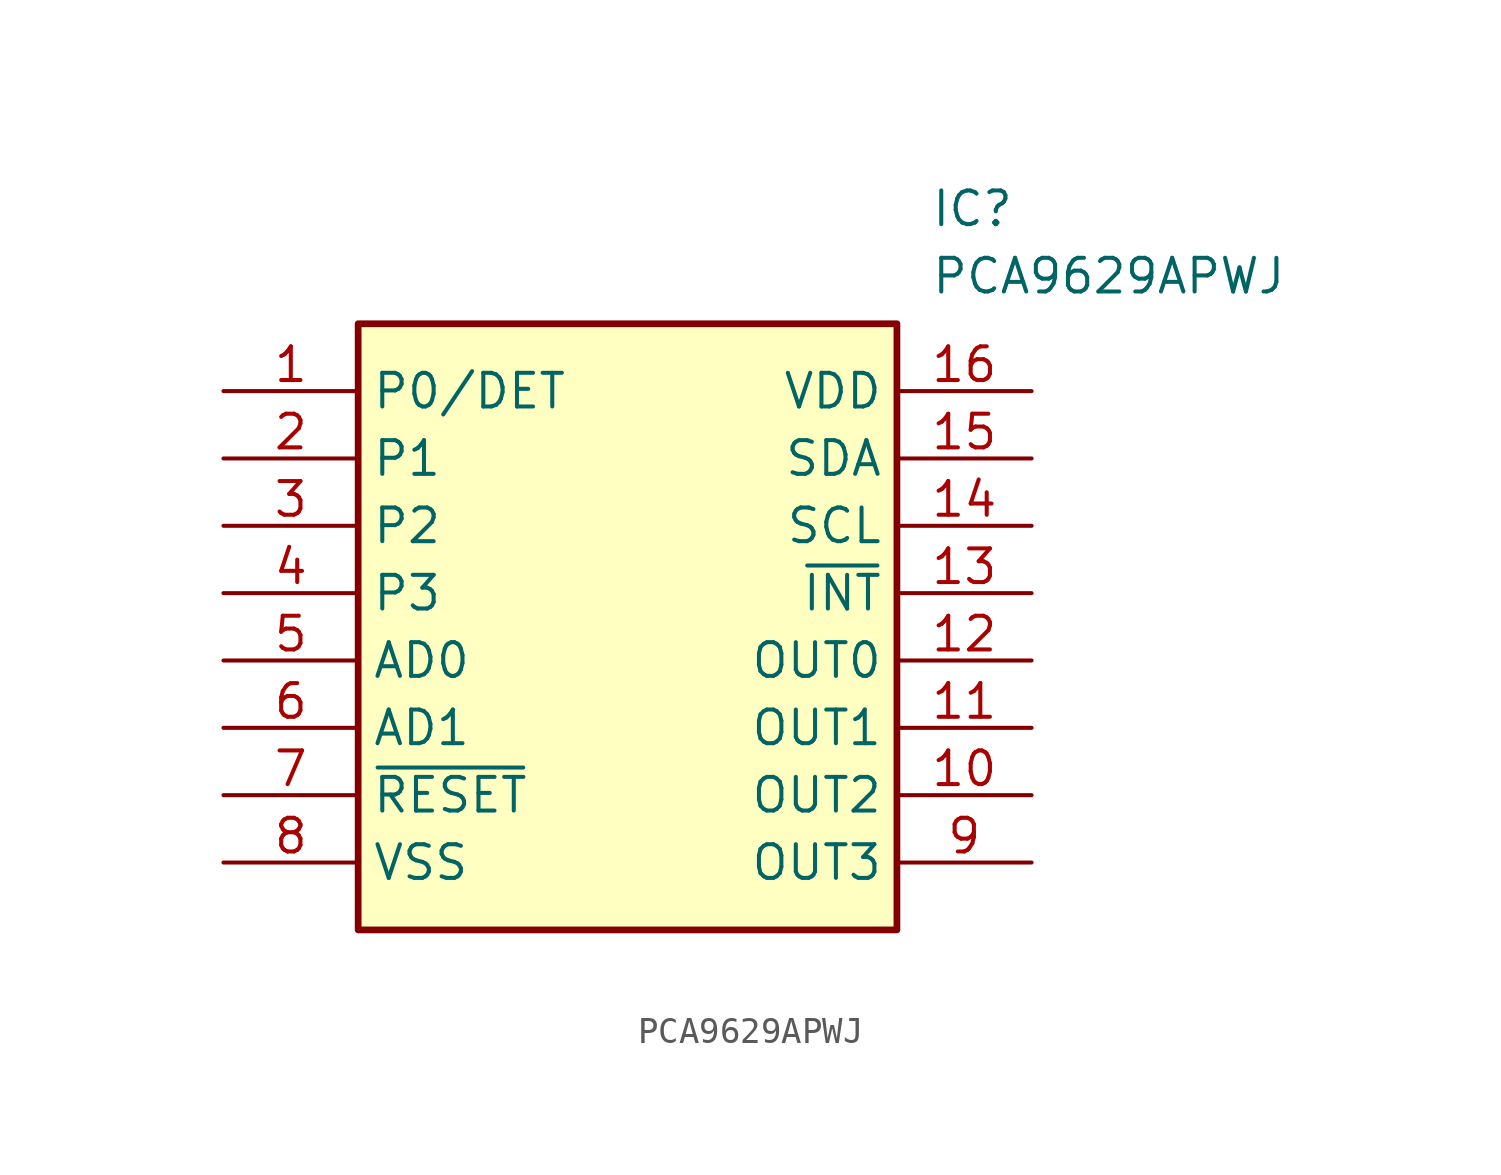
<source format=kicad_sym>
(kicad_symbol_lib
  (version 20211014)
  (generator SamacSys_ECAD_Model)
  (symbol "PCA9629APWJ"
    (property "Reference" "IC"
      (at 26.67 7.62 0)
      (effects (font (size 1.27 1.27)) (justify left top)))
    (property "Value" "PCA9629APWJ"
      (at 26.67 5.08 0)
      (effects (font (size 1.27 1.27)) (justify left top)))
    (rectangle
      (start 5.08 2.54)
      (end 25.4 -20.32)
      (stroke (width 0.254) (type default))
      (fill (type background)))
    (pin passive line
      (at 0 0 0)
      (length 5.08)
      (name "P0/DET" (effects (font (size 1.27 1.27))))
      (number "1" (effects (font (size 1.27 1.27)))))
    (pin passive line
      (at 0 -2.54 0)
      (length 5.08)
      (name "P1" (effects (font (size 1.27 1.27))))
      (number "2" (effects (font (size 1.27 1.27)))))
    (pin passive line
      (at 0 -5.08 0)
      (length 5.08)
      (name "P2" (effects (font (size 1.27 1.27))))
      (number "3" (effects (font (size 1.27 1.27)))))
    (pin passive line
      (at 0 -7.62 0)
      (length 5.08)
      (name "P3" (effects (font (size 1.27 1.27))))
      (number "4" (effects (font (size 1.27 1.27)))))
    (pin passive line
      (at 0 -10.16 0)
      (length 5.08)
      (name "AD0" (effects (font (size 1.27 1.27))))
      (number "5" (effects (font (size 1.27 1.27)))))
    (pin passive line
      (at 0 -12.7 0)
      (length 5.08)
      (name "AD1" (effects (font (size 1.27 1.27))))
      (number "6" (effects (font (size 1.27 1.27)))))
    (pin passive line
      (at 0 -15.24 0)
      (length 5.08)
      (name "~{RESET}" (effects (font (size 1.27 1.27))))
      (number "7" (effects (font (size 1.27 1.27)))))
    (pin passive line
      (at 0 -17.78 0)
      (length 5.08)
      (name "VSS" (effects (font (size 1.27 1.27))))
      (number "8" (effects (font (size 1.27 1.27)))))
    (pin passive line
      (at 30.48 0 180)
      (length 5.08)
      (name "VDD" (effects (font (size 1.27 1.27))))
      (number "16" (effects (font (size 1.27 1.27)))))
    (pin passive line
      (at 30.48 -2.54 180)
      (length 5.08)
      (name "SDA" (effects (font (size 1.27 1.27))))
      (number "15" (effects (font (size 1.27 1.27)))))
    (pin passive line
      (at 30.48 -5.08 180)
      (length 5.08)
      (name "SCL" (effects (font (size 1.27 1.27))))
      (number "14" (effects (font (size 1.27 1.27)))))
    (pin passive line
      (at 30.48 -7.62 180)
      (length 5.08)
      (name "~{INT}" (effects (font (size 1.27 1.27))))
      (number "13" (effects (font (size 1.27 1.27)))))
    (pin passive line
      (at 30.48 -10.16 180)
      (length 5.08)
      (name "OUT0" (effects (font (size 1.27 1.27))))
      (number "12" (effects (font (size 1.27 1.27)))))
    (pin passive line
      (at 30.48 -12.7 180)
      (length 5.08)
      (name "OUT1" (effects (font (size 1.27 1.27))))
      (number "11" (effects (font (size 1.27 1.27)))))
    (pin passive line
      (at 30.48 -15.24 180)
      (length 5.08)
      (name "OUT2" (effects (font (size 1.27 1.27))))
      (number "10" (effects (font (size 1.27 1.27)))))
    (pin passive line
      (at 30.48 -17.78 180)
      (length 5.08)
      (name "OUT3" (effects (font (size 1.27 1.27))))
      (number "9" (effects (font (size 1.27 1.27)))))))
</source>
